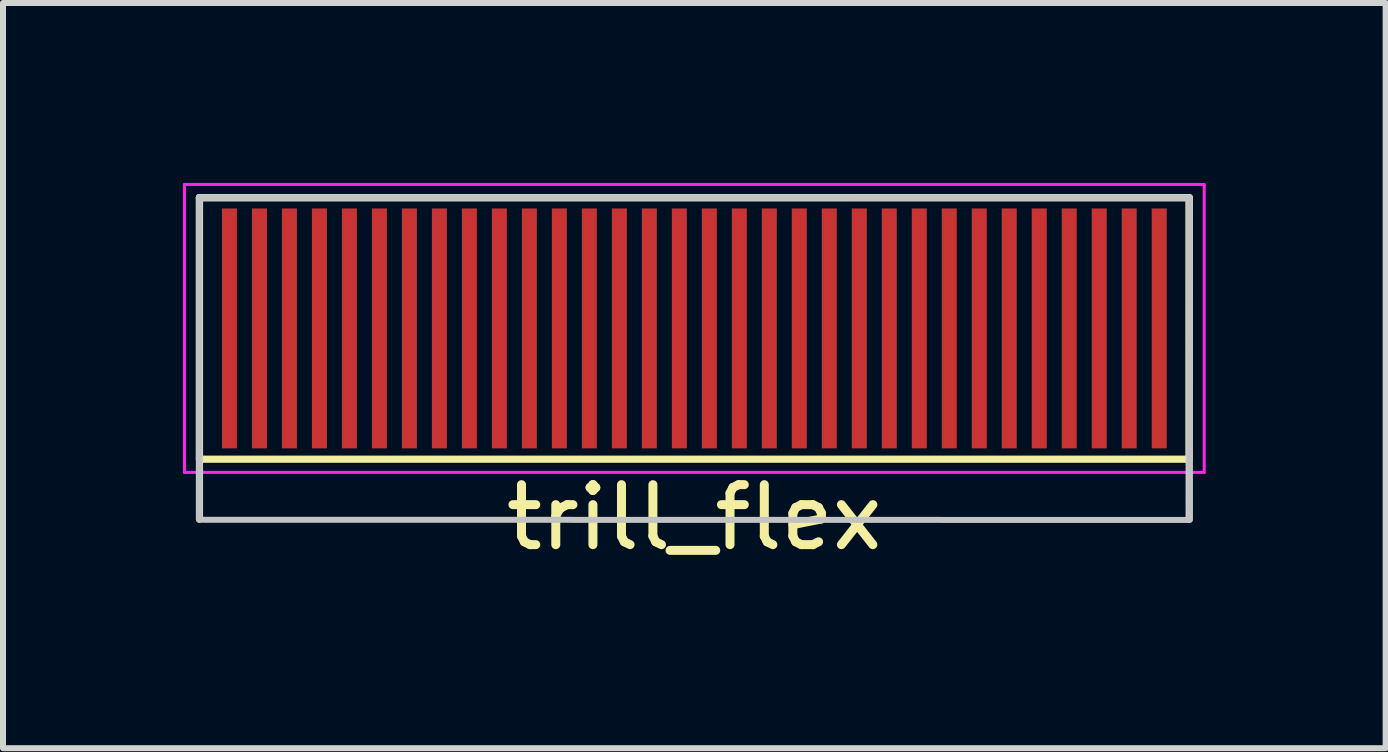
<source format=kicad_pcb>
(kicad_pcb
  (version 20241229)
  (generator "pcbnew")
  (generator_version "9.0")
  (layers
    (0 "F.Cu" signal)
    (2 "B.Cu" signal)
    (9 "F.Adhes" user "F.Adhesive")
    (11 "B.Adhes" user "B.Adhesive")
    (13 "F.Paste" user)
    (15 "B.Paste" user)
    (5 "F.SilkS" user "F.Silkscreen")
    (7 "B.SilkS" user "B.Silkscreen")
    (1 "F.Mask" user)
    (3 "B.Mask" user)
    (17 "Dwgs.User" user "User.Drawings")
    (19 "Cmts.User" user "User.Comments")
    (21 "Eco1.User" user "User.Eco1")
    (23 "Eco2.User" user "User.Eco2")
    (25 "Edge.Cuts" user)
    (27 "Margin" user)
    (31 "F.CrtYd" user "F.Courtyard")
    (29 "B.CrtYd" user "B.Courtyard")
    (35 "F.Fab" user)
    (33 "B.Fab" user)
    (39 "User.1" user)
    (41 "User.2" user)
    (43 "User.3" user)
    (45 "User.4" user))
  (footprint "trill_flex"
    (layer "F.Cu")
    (at 8.525 2.425)
    (property "Reference" "trill_flex" (at 0 3.15 0) (layer "F.SilkS") (effects (font (size 1 1) (thickness 0.15))))
    (attr smd)
    (fp_line (start -8.25 -2.18) (end 8.25 -2.18) (stroke (width 0.12) (type solid)) (layer "F.SilkS"))
    (fp_line (start -8.25 2.18) (end -8.25 -2.18) (stroke (width 0.12) (type solid)) (layer "F.SilkS"))
    (fp_line (start -8.25 2.18) (end 8.25 2.18) (stroke (width 0.12) (type solid)) (layer "F.SilkS"))
    (fp_line (start 8.25 2.18) (end 8.25 -2.18) (stroke (width 0.12) (type solid)) (layer "F.SilkS"))
    (fp_poly (pts (xy 8.26 3.193) (xy -8.255 3.19) (xy -8.255 -2.18) (xy 8.25 -2.177)) (stroke (width 0.1) (type solid)) (fill no) (layer "Dwgs.User"))
    (fp_line (start -8.25 -2.18) (end 8.25 -2.18) (stroke (width 0.12) (type solid)) (layer "Edge.Cuts"))
    (fp_line (start -8.25 3.18) (end -8.25 -2.18) (stroke (width 0.12) (type solid)) (layer "Edge.Cuts"))
    (fp_line (start 8.25 3.18) (end 8.25 -2.18) (stroke (width 0.12) (type solid)) (layer "Edge.Cuts"))
    (fp_line (start -8.5 -2.4) (end -8.5 2.4) (stroke (width 0.05) (type solid)) (layer "F.CrtYd"))
    (fp_line (start -8.5 -2.4) (end 8.5 -2.4) (stroke (width 0.05) (type solid)) (layer "F.CrtYd"))
    (fp_line (start -8.5 2.4) (end 8.5 2.4) (stroke (width 0.05) (type solid)) (layer "F.CrtYd"))
    (fp_line (start 8.5 -2.4) (end 8.5 2.4) (stroke (width 0.05) (type solid)) (layer "F.CrtYd"))
    (pad "1" smd rect (at -7.75 0) (size 0.25 4) (layers "F.Cu" "F.Mask" "F.Paste"))
    (pad "2" smd rect (at -7.25 0) (size 0.25 4) (layers "F.Cu" "F.Mask" "F.Paste"))
    (pad "3" smd rect (at -6.75 0) (size 0.25 4) (layers "F.Cu" "F.Mask" "F.Paste"))
    (pad "4" smd rect (at -6.25 0) (size 0.25 4) (layers "F.Cu" "F.Mask" "F.Paste"))
    (pad "5" smd rect (at -5.75 0) (size 0.25 4) (layers "F.Cu" "F.Mask" "F.Paste"))
    (pad "6" smd rect (at -5.25 0) (size 0.25 4) (layers "F.Cu" "F.Mask" "F.Paste"))
    (pad "7" smd rect (at -4.75 0) (size 0.25 4) (layers "F.Cu" "F.Mask" "F.Paste"))
    (pad "8" smd rect (at -4.25 0) (size 0.25 4) (layers "F.Cu" "F.Mask" "F.Paste"))
    (pad "9" smd rect (at -3.75 0) (size 0.25 4) (layers "F.Cu" "F.Mask" "F.Paste"))
    (pad "10" smd rect (at -3.25 0) (size 0.25 4) (layers "F.Cu" "F.Mask" "F.Paste"))
    (pad "11" smd rect (at -2.75 0) (size 0.25 4) (layers "F.Cu" "F.Mask" "F.Paste"))
    (pad "12" smd rect (at -2.25 0) (size 0.25 4) (layers "F.Cu" "F.Mask" "F.Paste"))
    (pad "13" smd rect (at -1.75 0) (size 0.25 4) (layers "F.Cu" "F.Mask" "F.Paste"))
    (pad "14" smd rect (at -1.25 0) (size 0.25 4) (layers "F.Cu" "F.Mask" "F.Paste"))
    (pad "15" smd rect (at -0.75 0) (size 0.25 4) (layers "F.Cu" "F.Mask" "F.Paste"))
    (pad "16" smd rect (at -0.25 0) (size 0.25 4) (layers "F.Cu" "F.Mask" "F.Paste"))
    (pad "17" smd rect (at 0.25 0) (size 0.25 4) (layers "F.Cu" "F.Mask" "F.Paste"))
    (pad "18" smd rect (at 0.75 0) (size 0.25 4) (layers "F.Cu" "F.Mask" "F.Paste"))
    (pad "19" smd rect (at 1.25 0) (size 0.25 4) (layers "F.Cu" "F.Mask" "F.Paste"))
    (pad "20" smd rect (at 1.75 0) (size 0.25 4) (layers "F.Cu" "F.Mask" "F.Paste"))
    (pad "21" smd rect (at 2.25 0) (size 0.25 4) (layers "F.Cu" "F.Mask" "F.Paste"))
    (pad "22" smd rect (at 2.75 0) (size 0.25 4) (layers "F.Cu" "F.Mask" "F.Paste"))
    (pad "23" smd rect (at 3.25 0) (size 0.25 4) (layers "F.Cu" "F.Mask" "F.Paste"))
    (pad "24" smd rect (at 3.75 0) (size 0.25 4) (layers "F.Cu" "F.Mask" "F.Paste"))
    (pad "25" smd rect (at 4.25 0) (size 0.25 4) (layers "F.Cu" "F.Mask" "F.Paste"))
    (pad "26" smd rect (at 4.75 0) (size 0.25 4) (layers "F.Cu" "F.Mask" "F.Paste"))
    (pad "27" smd rect (at 5.25 0) (size 0.25 4) (layers "F.Cu" "F.Mask" "F.Paste"))
    (pad "28" smd rect (at 5.75 0) (size 0.25 4) (layers "F.Cu" "F.Mask" "F.Paste"))
    (pad "29" smd rect (at 6.25 0) (size 0.25 4) (layers "F.Cu" "F.Mask" "F.Paste"))
    (pad "30" smd rect (at 6.75 0) (size 0.25 4) (layers "F.Cu" "F.Mask" "F.Paste"))
    (pad "31" smd rect (at 7.25 0) (size 0.25 4) (layers "F.Cu" "F.Mask" "F.Paste"))
    (pad "32" smd rect (at 7.75 0) (size 0.25 4) (layers "F.Cu" "F.Mask" "F.Paste")))
  (gr_rect
    (start -3 -3)
    (end 20.05 9.423)
    (stroke (width 0.1) (type default))
    (fill no)
    (layer "Edge.Cuts")))
</source>
